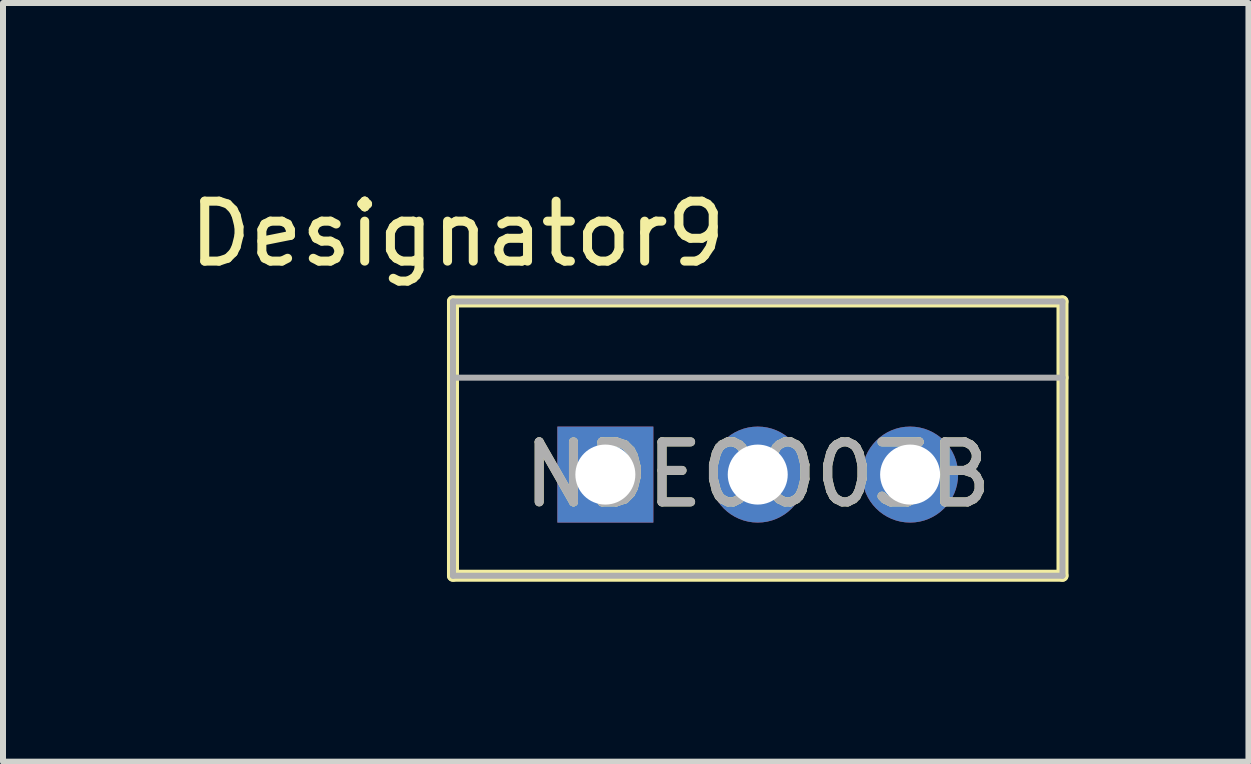
<source format=kicad_pcb>
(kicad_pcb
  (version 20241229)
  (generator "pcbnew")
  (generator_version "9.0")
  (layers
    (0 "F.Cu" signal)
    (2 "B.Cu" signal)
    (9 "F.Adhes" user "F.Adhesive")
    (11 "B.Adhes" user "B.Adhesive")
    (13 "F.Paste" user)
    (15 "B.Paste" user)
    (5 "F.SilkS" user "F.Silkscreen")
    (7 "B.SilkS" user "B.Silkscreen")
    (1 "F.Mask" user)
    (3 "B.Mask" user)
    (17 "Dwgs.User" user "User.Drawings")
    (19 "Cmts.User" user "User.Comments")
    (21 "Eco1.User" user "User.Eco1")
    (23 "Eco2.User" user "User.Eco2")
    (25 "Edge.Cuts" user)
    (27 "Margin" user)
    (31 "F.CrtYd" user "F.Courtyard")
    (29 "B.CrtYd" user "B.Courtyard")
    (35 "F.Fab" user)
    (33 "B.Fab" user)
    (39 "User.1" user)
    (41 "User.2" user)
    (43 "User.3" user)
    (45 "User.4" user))
  (footprint "NDE0003B"
    (layer "F.Cu")
    (at 9.581 4.861)
    (property "Reference" "NDE0003B" (at 0 0 0) (unlocked yes) (layer "F.SilkS") (effects (font (size 1 1) (thickness 0.15))))
    (attr through_hole)
    (fp_line (start -5.08 -2.886) (end 5.08 -2.886) (stroke (width 0.2) (type solid)) (layer "F.SilkS"))
    (fp_line (start -5.08 -1.616) (end -5.08 -2.886) (stroke (width 0.2) (type solid)) (layer "F.SilkS"))
    (fp_line (start -5.08 1.686) (end -5.08 -1.616) (stroke (width 0.2) (type solid)) (layer "F.SilkS"))
    (fp_line (start -5.08 1.686) (end 5.08 1.686) (stroke (width 0.2) (type solid)) (layer "F.SilkS"))
    (fp_line (start 5.08 -1.616) (end 5.08 -2.886) (stroke (width 0.2) (type solid)) (layer "F.SilkS"))
    (fp_line (start 5.08 1.686) (end 5.08 -1.616) (stroke (width 0.2) (type solid)) (layer "F.SilkS"))
    (fp_line (start -5.08 -2.886) (end 5.08 -2.886) (stroke (width 0.1) (type solid)) (layer "F.Fab"))
    (fp_line (start -5.08 -1.616) (end -5.08 -2.886) (stroke (width 0.1) (type solid)) (layer "F.Fab"))
    (fp_line (start -5.08 -1.616) (end 5.08 -1.616) (stroke (width 0.1) (type solid)) (layer "F.Fab"))
    (fp_line (start -5.08 1.686) (end -5.08 -1.616) (stroke (width 0.1) (type solid)) (layer "F.Fab"))
    (fp_line (start -5.08 1.686) (end 5.08 1.686) (stroke (width 0.1) (type solid)) (layer "F.Fab"))
    (fp_line (start 5.08 -1.616) (end 5.08 -2.886) (stroke (width 0.1) (type solid)) (layer "F.Fab"))
    (fp_line (start 5.08 1.686) (end 5.08 -1.616) (stroke (width 0.1) (type solid)) (layer "F.Fab"))
    (fp_text user "Designator9" (at -5.004 -4.013 0) (unlocked yes) (layer "F.SilkS") (effects (font (size 1 1) (thickness 0.15))))
    (fp_text user "${REFERENCE}" (at 0 0 0) (unlocked yes) (layer "F.Fab") (effects (font (size 1 1) (thickness 0.15))))
    (pad "1" thru_hole rect (at -2.54 0 90) (size 1.6 1.6) (drill 1) (layers "*.Cu" "*.Mask"))
    (pad "2" thru_hole circle (at 0 0 90) (size 1.6 1.6) (drill 1) (layers "*.Cu" "*.Mask"))
    (pad "3" thru_hole circle (at 2.54 0 90) (size 1.6 1.6) (drill 1) (layers "*.Cu" "*.Mask")))
  (gr_rect
    (start -3 -3)
    (end 17.761 9.647)
    (stroke (width 0.1) (type default))
    (fill no)
    (layer "Edge.Cuts")))
</source>
